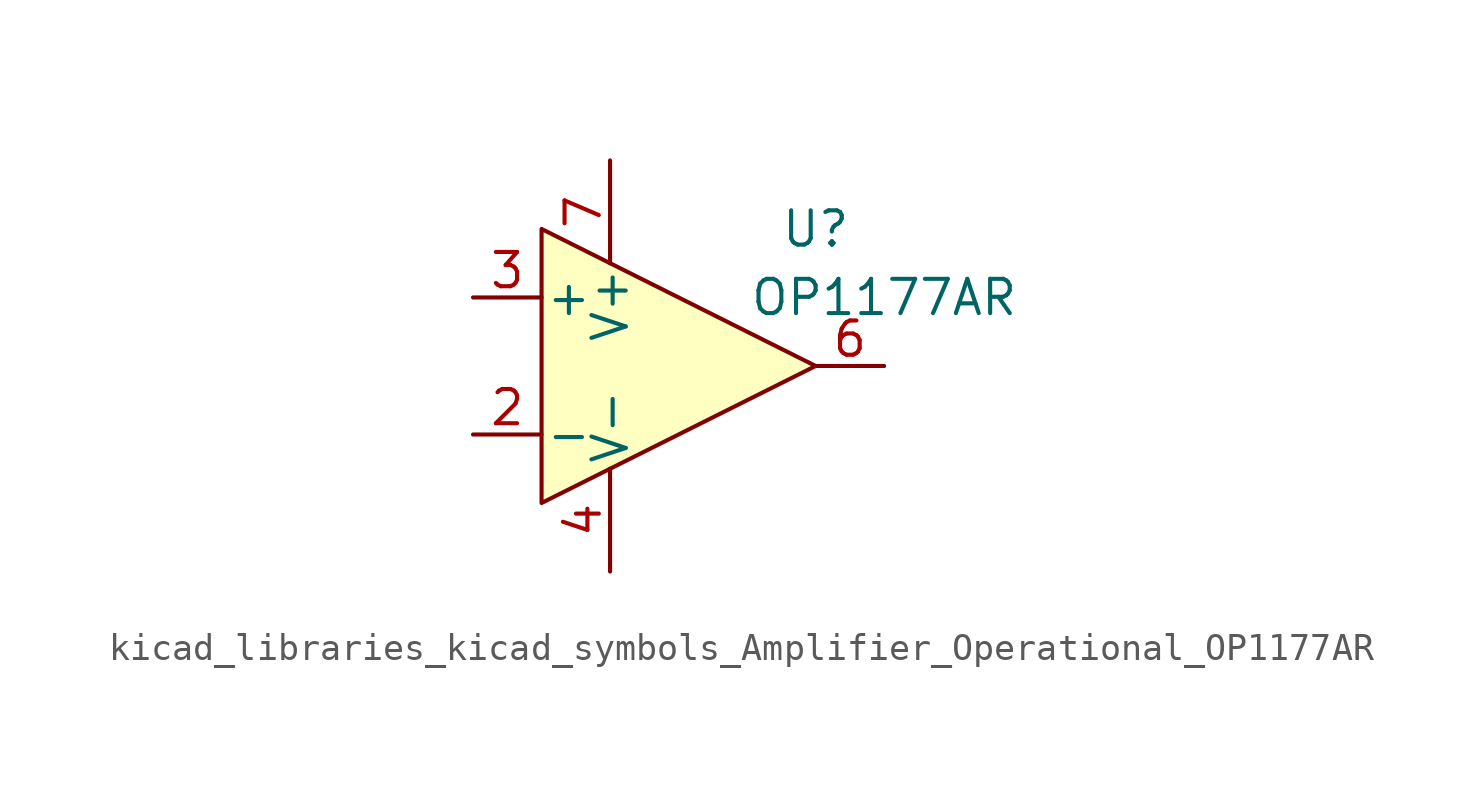
<source format=kicad_sym>
(kicad_symbol_lib
  (version 20220914)
  (generator kicad_symbol_editor)
  (symbol "kicad_libraries_kicad_symbols_Amplifier_Operational_OP1177AR"
    (pin_names
      (offset 0.127))
    (property "Reference" "U"
      (at 5.08 5.08 0)
      (effects (font (size 1.27 1.27))))
    (property "Value" "OP1177AR"
      (at 7.62 2.54 0)
      (effects (font (size 1.27 1.27))))
    (symbol "kicad_libraries_kicad_symbols_Amplifier_Operational_OP1177AR_0_1"
      (polyline (pts (xy -5.08 5.08) (xy -5.08 -5.08) (xy 5.08 0) (xy -5.08 5.08)) (stroke (width 0) (type default)) (fill (type background))))
    (symbol "kicad_libraries_kicad_symbols_Amplifier_Operational_OP1177AR_1_1"
      (pin no_connect line (at -5.08 0 0) (length 3.81) hide (name "NC" (effects (font (size 1.27 1.27)))) (number "1" (effects (font (size 1.27 1.27)))))
      (pin input line (at -7.62 -2.54 0) (length 2.54) (name "-" (effects (font (size 1.27 1.27)))) (number "2" (effects (font (size 1.27 1.27)))))
      (pin input line (at -7.62 2.54 0) (length 2.54) (name "+" (effects (font (size 1.27 1.27)))) (number "3" (effects (font (size 1.27 1.27)))))
      (pin power_in line (at -2.54 -7.62 90) (length 3.81) (name "V-" (effects (font (size 1.27 1.27)))) (number "4" (effects (font (size 1.27 1.27)))))
      (pin no_connect line (at 0 -2.54 90) (length 3.81) hide (name "NC" (effects (font (size 1.27 1.27)))) (number "5" (effects (font (size 1.27 1.27)))))
      (pin output line (at 7.62 0 180) (length 2.54) (name "~" (effects (font (size 1.27 1.27)))) (number "6" (effects (font (size 1.27 1.27)))))
      (pin power_in line (at -2.54 7.62 270) (length 3.81) (name "V+" (effects (font (size 1.27 1.27)))) (number "7" (effects (font (size 1.27 1.27)))))
      (pin no_connect line (at 0 2.54 270) (length 3.81) hide (name "NC" (effects (font (size 1.27 1.27)))) (number "8" (effects (font (size 1.27 1.27))))))))
</source>
